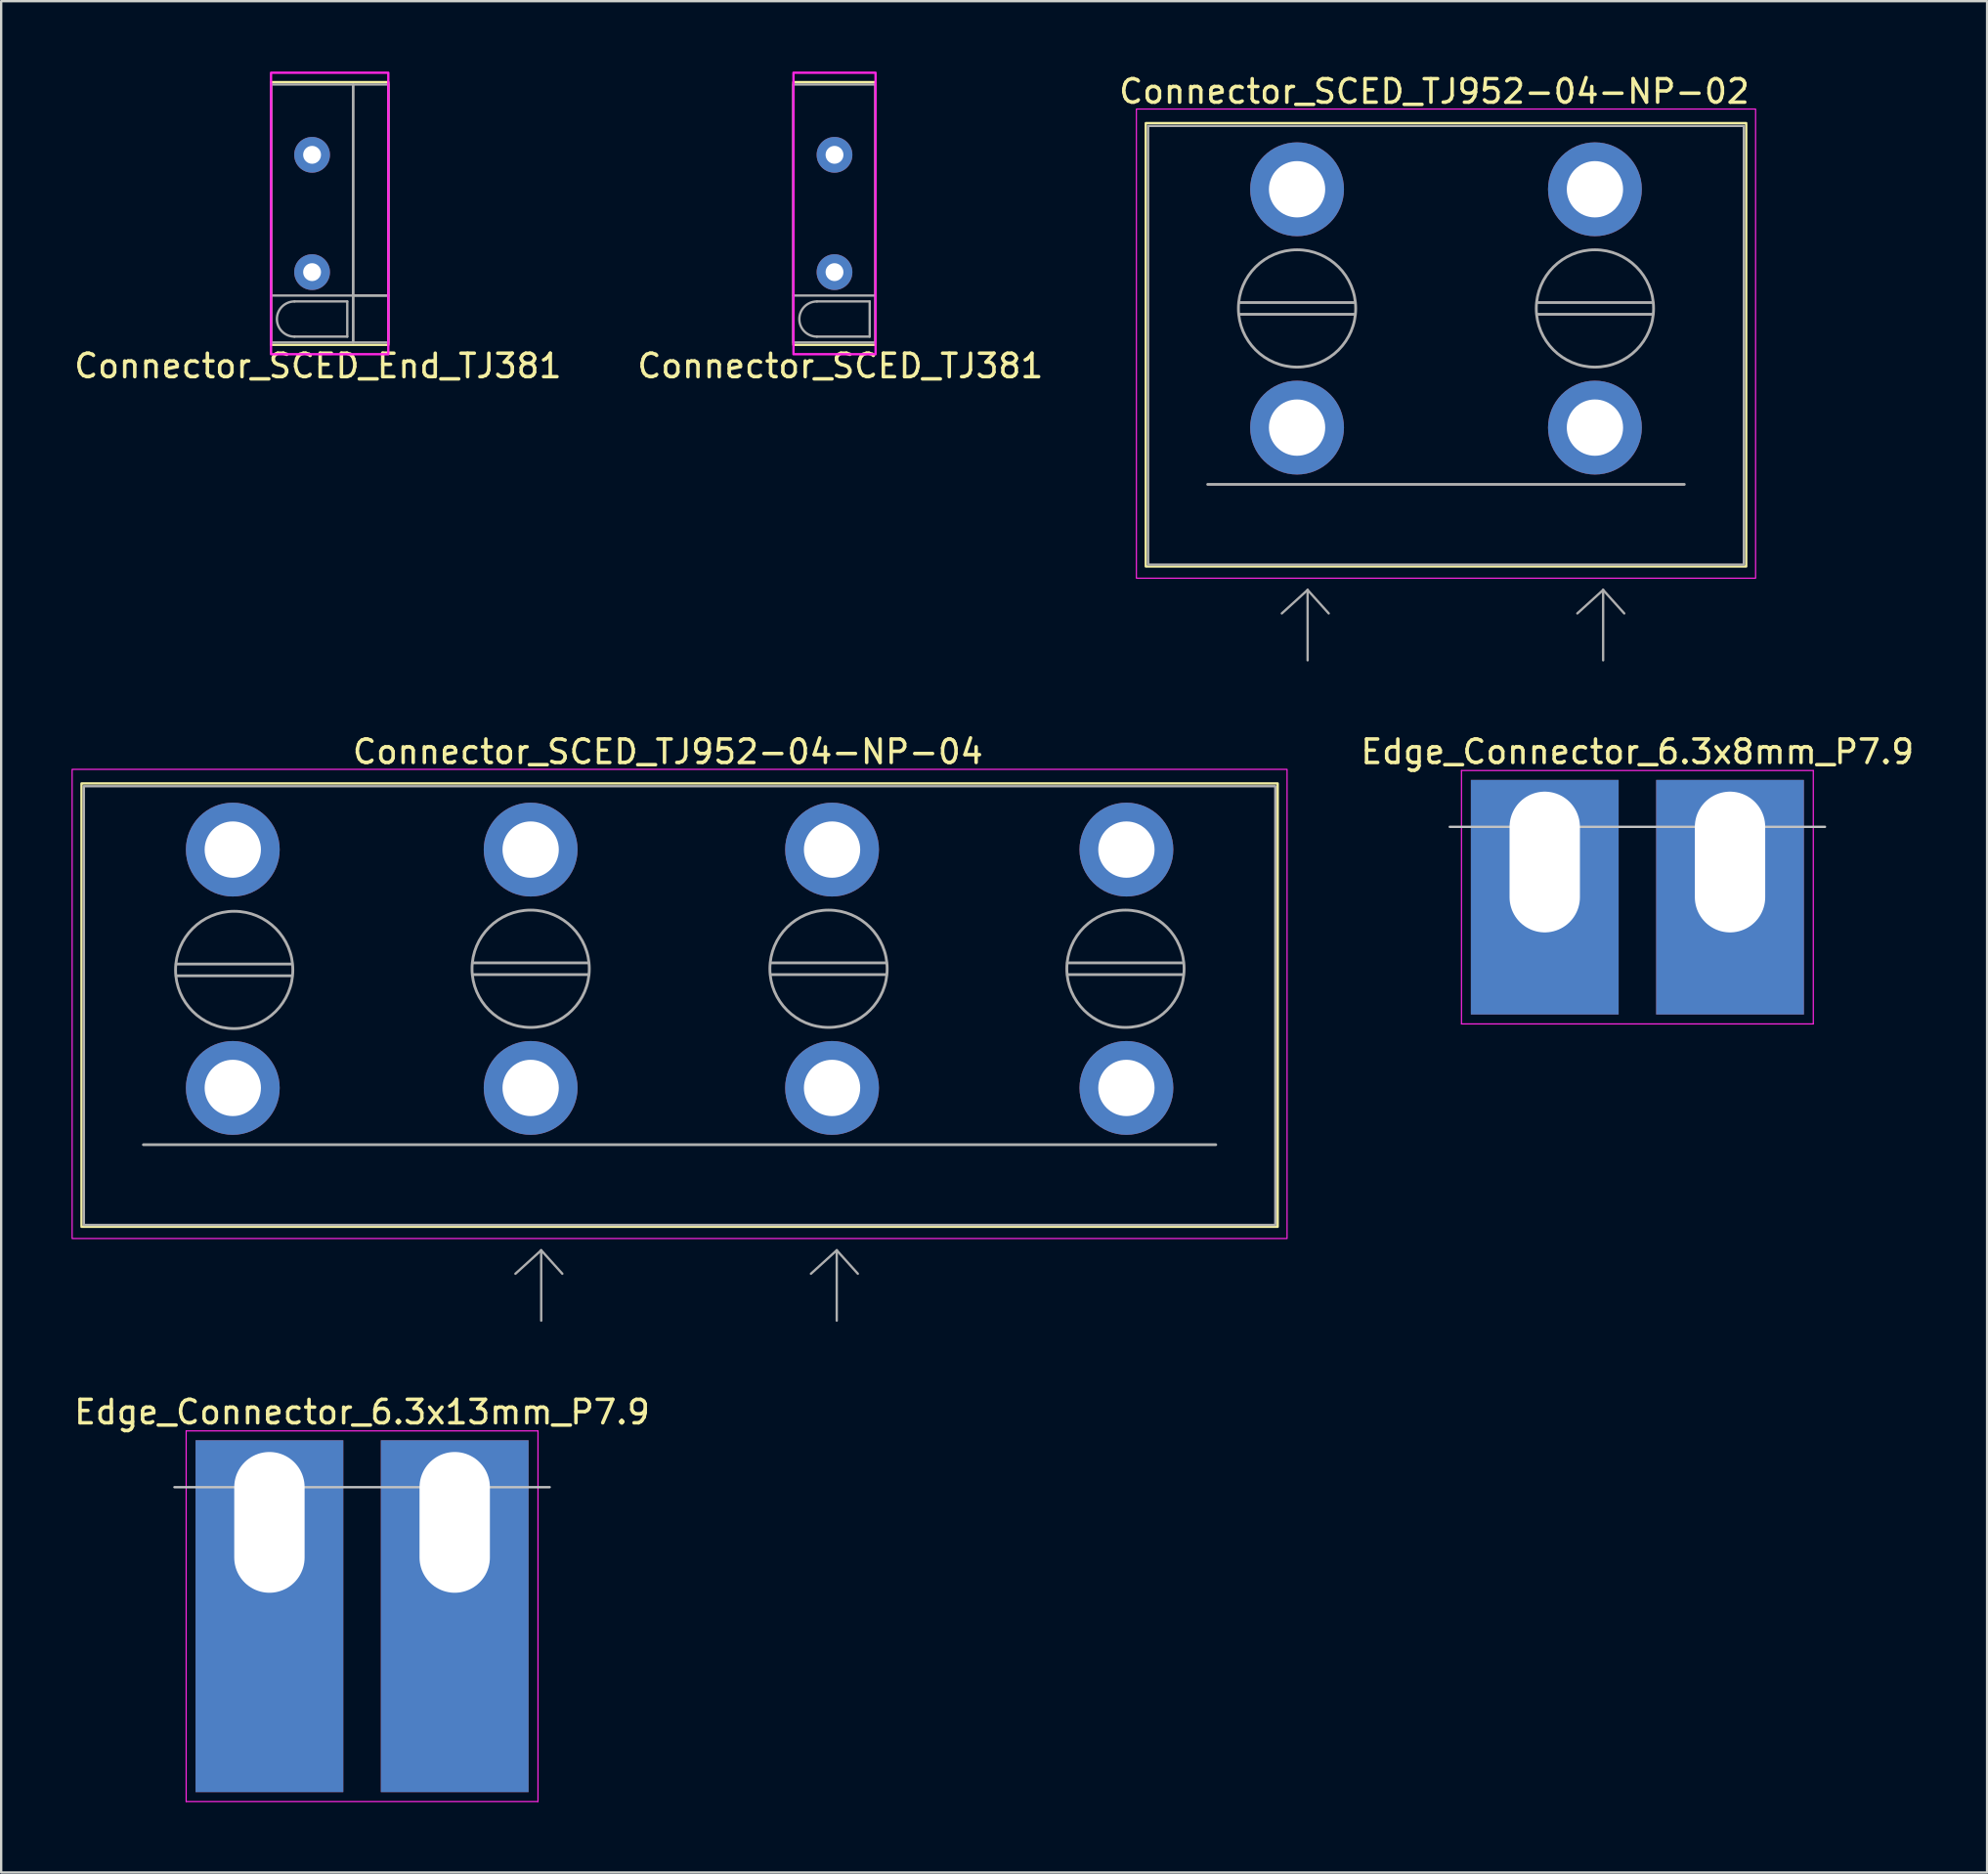
<source format=kicad_pcb>
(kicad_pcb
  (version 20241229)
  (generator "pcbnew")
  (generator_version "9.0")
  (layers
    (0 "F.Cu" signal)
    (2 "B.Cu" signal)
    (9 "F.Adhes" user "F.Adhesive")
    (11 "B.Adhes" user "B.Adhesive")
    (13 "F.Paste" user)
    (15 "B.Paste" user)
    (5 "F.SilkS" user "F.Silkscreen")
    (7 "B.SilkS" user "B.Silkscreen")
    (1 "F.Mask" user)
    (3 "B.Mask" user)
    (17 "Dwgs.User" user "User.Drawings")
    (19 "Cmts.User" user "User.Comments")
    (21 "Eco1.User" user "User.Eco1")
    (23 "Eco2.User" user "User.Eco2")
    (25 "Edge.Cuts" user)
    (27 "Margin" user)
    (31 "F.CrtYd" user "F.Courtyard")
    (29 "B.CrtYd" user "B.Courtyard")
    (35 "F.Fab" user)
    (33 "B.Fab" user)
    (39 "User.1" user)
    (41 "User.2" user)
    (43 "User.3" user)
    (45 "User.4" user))
  (footprint "Connector_SCED_TJ952-04-NP-04"
    (layer "F.Cu")
    (at 25.925 38.246)
    (property "Reference" "Connector_SCED_TJ952-04-NP-04" (at -0.5 -9.25 0) (unlocked yes) (layer "F.SilkS") (effects (font (size 1 1) (thickness 0.15))))
    (attr smd)
    (fp_rect (start -25.5 -7.9) (end 25.5 11) (stroke (width 0.1) (type solid)) (fill no) (layer "F.SilkS"))
    (fp_rect (start -25.9 -8.5) (end 25.9 11.5) (stroke (width 0.05) (type solid)) (fill no) (layer "F.CrtYd"))
    (fp_line (start -22.86 7.5) (end 22.86 7.5) (stroke (width 0.12) (type solid)) (layer "F.Fab"))
    (fp_line (start -21.46 -0.2) (end -16.54 -0.2) (stroke (width 0.12) (type solid)) (layer "F.Fab"))
    (fp_line (start -21.46 0.3) (end -16.54 0.3) (stroke (width 0.12) (type solid)) (layer "F.Fab"))
    (fp_line (start -8.82 -0.25) (end -3.9 -0.25) (stroke (width 0.12) (type solid)) (layer "F.Fab"))
    (fp_line (start -8.82 0.25) (end -3.9 0.25) (stroke (width 0.12) (type solid)) (layer "F.Fab"))
    (fp_line (start -7 13) (end -5.9 12) (stroke (width 0.1) (type solid)) (layer "F.Fab"))
    (fp_line (start -5.9 12) (end -5.9 15) (stroke (width 0.1) (type solid)) (layer "F.Fab"))
    (fp_line (start -5.9 12) (end -5 13) (stroke (width 0.1) (type solid)) (layer "F.Fab"))
    (fp_line (start 3.88 -0.25) (end 8.8 -0.25) (stroke (width 0.12) (type solid)) (layer "F.Fab"))
    (fp_line (start 3.88 0.25) (end 8.8 0.25) (stroke (width 0.12) (type solid)) (layer "F.Fab"))
    (fp_line (start 5.6 13) (end 6.7 12) (stroke (width 0.1) (type solid)) (layer "F.Fab"))
    (fp_line (start 6.7 12) (end 6.7 15) (stroke (width 0.1) (type solid)) (layer "F.Fab"))
    (fp_line (start 6.7 12) (end 7.6 13) (stroke (width 0.1) (type solid)) (layer "F.Fab"))
    (fp_line (start 16.54 -0.25) (end 21.46 -0.25) (stroke (width 0.12) (type solid)) (layer "F.Fab"))
    (fp_line (start 16.54 0.25) (end 21.46 0.25) (stroke (width 0.12) (type solid)) (layer "F.Fab"))
    (fp_rect (start -25.4 -7.78) (end 25.4 10.92) (stroke (width 0.1) (type solid)) (fill no) (layer "F.Fab"))
    (fp_circle (center -18.99 0.05) (end -16.49 0.05) (stroke (width 0.12) (type solid)) (fill no) (layer "F.Fab"))
    (fp_circle (center -6.35 0) (end -3.85 0) (stroke (width 0.12) (type solid)) (fill no) (layer "F.Fab"))
    (fp_circle (center 6.35 0) (end 8.85 0) (stroke (width 0.12) (type solid)) (fill no) (layer "F.Fab"))
    (fp_circle (center 19.01 0) (end 21.51 0) (stroke (width 0.12) (type solid)) (fill no) (layer "F.Fab"))
    (pad "1" thru_hole circle (at -19.05 -5.08) (size 4 4) (drill 2.4) (layers "*.Cu" "*.Mask"))
    (pad "1" thru_hole circle (at -19.05 5.08) (size 4 4) (drill 2.4) (layers "*.Cu" "*.Mask"))
    (pad "2" thru_hole circle (at -6.35 -5.08) (size 4 4) (drill 2.4) (layers "*.Cu" "*.Mask"))
    (pad "2" thru_hole circle (at -6.35 5.08) (size 4 4) (drill 2.4) (layers "*.Cu" "*.Mask"))
    (pad "3" thru_hole circle (at 6.5 -5.08) (size 4 4) (drill 2.4) (layers "*.Cu" "*.Mask"))
    (pad "3" thru_hole circle (at 6.5 5.08) (size 4 4) (drill 2.4) (layers "*.Cu" "*.Mask"))
    (pad "4" thru_hole circle (at 19.05 -5.08) (size 4 4) (drill 2.4) (layers "*.Cu" "*.Mask"))
    (pad "4" thru_hole circle (at 19.05 5.08) (size 4 4) (drill 2.4) (layers "*.Cu" "*.Mask")))
  (footprint "Edge_Connector_6.3x13mm_P7.9"
    (layer "F.Cu")
    (at 12.387 60.245)
    (property "Reference" "Edge_Connector_6.3x13mm_P7.9" (at 0 -3.1 0) (layer "F.SilkS") (effects (font (size 1 1) (thickness 0.15))))
    (attr through_hole)
    (fp_line (start -8 0.1) (end 8 0.1) (stroke (width 0.1) (type solid)) (layer "Dwgs.User"))
    (fp_line (start -7.5 -2.3) (end 7.5 -2.3) (stroke (width 0.05) (type solid)) (layer "F.CrtYd"))
    (fp_line (start -7.5 13.5) (end -7.5 -2.3) (stroke (width 0.05) (type solid)) (layer "F.CrtYd"))
    (fp_line (start 7.5 -2.3) (end 7.5 13.5) (stroke (width 0.05) (type solid)) (layer "F.CrtYd"))
    (fp_line (start 7.5 13.5) (end -7.5 13.5) (stroke (width 0.05) (type solid)) (layer "F.CrtYd"))
    (pad "1" thru_hole rect (at -3.95 1.6) (size 6.3 15) (drill oval 3 6 (offset 0 4)) (layers "*.Cu" "*.Mask"))
    (pad "2" thru_hole rect (at 3.95 1.6) (size 6.3 15) (drill oval 3 6 (offset 0 4)) (layers "*.Cu" "*.Mask")))
  (footprint "Edge_Connector_6.3x8mm_P7.9"
    (layer "F.Cu")
    (at 66.761 32.096)
    (property "Reference" "Edge_Connector_6.3x8mm_P7.9" (at 0 -3.1 0) (layer "F.SilkS") (effects (font (size 1 1) (thickness 0.15))))
    (attr through_hole)
    (fp_line (start -8 0.1) (end 8 0.1) (stroke (width 0.1) (type solid)) (layer "Dwgs.User"))
    (fp_line (start -7.5 -2.3) (end 7.5 -2.3) (stroke (width 0.05) (type solid)) (layer "F.CrtYd"))
    (fp_line (start -7.5 8.5) (end -7.5 -2.3) (stroke (width 0.05) (type solid)) (layer "F.CrtYd"))
    (fp_line (start 7.5 -2.3) (end 7.5 8.5) (stroke (width 0.05) (type solid)) (layer "F.CrtYd"))
    (fp_line (start 7.5 8.5) (end -7.5 8.5) (stroke (width 0.05) (type solid)) (layer "F.CrtYd"))
    (pad "1" thru_hole rect (at -3.95 1.6) (size 6.3 10) (drill oval 3 6 (offset 0 1.5)) (layers "*.Cu" "*.Mask"))
    (pad "2" thru_hole rect (at 3.95 1.6) (size 6.3 10) (drill oval 3 6 (offset 0 1.5)) (layers "*.Cu" "*.Mask")))
  (footprint "Connector_SCED_TJ952-04-NP-02"
    (layer "F.Cu")
    (at 58.601 10.098)
    (property "Reference" "Connector_SCED_TJ952-04-NP-02" (at -0.5 -9.25 0) (unlocked yes) (layer "F.SilkS") (effects (font (size 1 1) (thickness 0.15))))
    (attr smd)
    (fp_rect (start -12.8 -7.9) (end 12.8 11) (stroke (width 0.1) (type solid)) (fill no) (layer "F.SilkS"))
    (fp_rect (start -13.2 -8.5) (end 13.2 11.5) (stroke (width 0.05) (type solid)) (fill no) (layer "F.CrtYd"))
    (fp_line (start -10.16 7.5) (end 10.16 7.5) (stroke (width 0.12) (type solid)) (layer "F.Fab"))
    (fp_line (start -8.82 -0.25) (end -3.9 -0.25) (stroke (width 0.12) (type solid)) (layer "F.Fab"))
    (fp_line (start -8.82 0.25) (end -3.9 0.25) (stroke (width 0.12) (type solid)) (layer "F.Fab"))
    (fp_line (start -7 13) (end -5.9 12) (stroke (width 0.1) (type solid)) (layer "F.Fab"))
    (fp_line (start -5.9 12) (end -5.9 15) (stroke (width 0.1) (type solid)) (layer "F.Fab"))
    (fp_line (start -5.9 12) (end -5 13) (stroke (width 0.1) (type solid)) (layer "F.Fab"))
    (fp_line (start 3.88 -0.25) (end 8.8 -0.25) (stroke (width 0.12) (type solid)) (layer "F.Fab"))
    (fp_line (start 3.88 0.25) (end 8.8 0.25) (stroke (width 0.12) (type solid)) (layer "F.Fab"))
    (fp_line (start 5.6 13) (end 6.7 12) (stroke (width 0.1) (type solid)) (layer "F.Fab"))
    (fp_line (start 6.7 12) (end 6.7 15) (stroke (width 0.1) (type solid)) (layer "F.Fab"))
    (fp_line (start 6.7 12) (end 7.6 13) (stroke (width 0.1) (type solid)) (layer "F.Fab"))
    (fp_rect (start -12.7 -7.78) (end 12.7 10.92) (stroke (width 0.1) (type solid)) (fill no) (layer "F.Fab"))
    (fp_circle (center -6.35 0) (end -3.85 0) (stroke (width 0.12) (type solid)) (fill no) (layer "F.Fab"))
    (fp_circle (center 6.35 0) (end 8.85 0) (stroke (width 0.12) (type solid)) (fill no) (layer "F.Fab"))
    (pad "1" thru_hole circle (at -6.35 -5.08) (size 4 4) (drill 2.4) (layers "*.Cu" "*.Mask"))
    (pad "1" thru_hole circle (at -6.35 5.08) (size 4 4) (drill 2.4) (layers "*.Cu" "*.Mask"))
    (pad "2" thru_hole circle (at 6.35 -5.08) (size 4 4) (drill 2.4) (layers "*.Cu" "*.Mask"))
    (pad "2" thru_hole circle (at 6.35 5.08) (size 4 4) (drill 2.4) (layers "*.Cu" "*.Mask")))
  (footprint "Connector_SCED_End_TJ381"
    (layer "F.Cu")
    (at 10.256 6.05)
    (property "Reference" "Connector_SCED_End_TJ381" (at 0.25 6.5 0) (unlocked yes) (layer "F.SilkS") (effects (font (size 1 1) (thickness 0.15))))
    (attr through_hole)
    (fp_rect (start -1.75 -5.6) (end 3.25 5.6) (stroke (width 0.1) (type solid)) (fill no) (layer "F.SilkS"))
    (fp_rect (start 3.25 6) (end -1.75 -6) (stroke (width 0.1) (type solid)) (fill no) (layer "F.CrtYd"))
    (fp_line (start -1.75 3.5) (end 1.75 3.5) (stroke (width 0.1) (type solid)) (layer "F.Fab"))
    (fp_line (start -0.75 3.75) (end 1.5 3.75) (stroke (width 0.1) (type solid)) (layer "F.Fab"))
    (fp_line (start 1.5 3.75) (end 1.5 5.25) (stroke (width 0.1) (type solid)) (layer "F.Fab"))
    (fp_line (start 1.5 5.25) (end -0.75 5.25) (stroke (width 0.1) (type solid)) (layer "F.Fab"))
    (fp_rect (start 1.75 -5.5) (end 3.25 3.5) (stroke (width 0.1) (type solid)) (fill no) (layer "F.Fab"))
    (fp_rect (start 1.75 3.5) (end 3.25 5.5) (stroke (width 0.1) (type solid)) (fill no) (layer "F.Fab"))
    (fp_rect (start 1.75 5.5) (end -1.75 -5.5) (stroke (width 0.1) (type solid)) (fill no) (layer "F.Fab"))
    (fp_arc (start -0.75 5.25) (mid -1.5 4.5) (end -0.75 3.75) (stroke (width 0.1) (type solid)) (layer "F.Fab"))
    (pad "1" thru_hole circle (at 0 -2.5) (size 1.524 1.524) (drill 0.762) (layers "*.Cu" "*.Mask"))
    (pad "1" thru_hole circle (at 0 2.5) (size 1.524 1.524) (drill 0.762) (layers "*.Cu" "*.Mask")))
  (footprint "Connector_SCED_TJ381"
    (layer "F.Cu")
    (at 32.53 6.05)
    (property "Reference" "Connector_SCED_TJ381" (at 0.25 6.5 0) (unlocked yes) (layer "F.SilkS") (effects (font (size 1 1) (thickness 0.15))))
    (attr through_hole)
    (fp_rect (start -1.75 -5.6) (end 1.75 5.6) (stroke (width 0.1) (type solid)) (fill no) (layer "F.SilkS"))
    (fp_rect (start 1.75 6) (end -1.75 -6) (stroke (width 0.1) (type solid)) (fill no) (layer "F.CrtYd"))
    (fp_line (start -1.75 3.5) (end 1.75 3.5) (stroke (width 0.1) (type solid)) (layer "F.Fab"))
    (fp_line (start -0.75 3.75) (end 1.5 3.75) (stroke (width 0.1) (type solid)) (layer "F.Fab"))
    (fp_line (start 1.5 3.75) (end 1.5 5.25) (stroke (width 0.1) (type solid)) (layer "F.Fab"))
    (fp_line (start 1.5 5.25) (end -0.75 5.25) (stroke (width 0.1) (type solid)) (layer "F.Fab"))
    (fp_rect (start 1.75 5.5) (end -1.75 -5.5) (stroke (width 0.1) (type solid)) (fill no) (layer "F.Fab"))
    (fp_arc (start -0.75 5.25) (mid -1.5 4.5) (end -0.75 3.75) (stroke (width 0.1) (type solid)) (layer "F.Fab"))
    (pad "1" thru_hole circle (at 0 -2.5) (size 1.524 1.524) (drill 0.762) (layers "*.Cu" "*.Mask"))
    (pad "1" thru_hole circle (at 0 2.5) (size 1.524 1.524) (drill 0.762) (layers "*.Cu" "*.Mask")))
  (gr_rect
    (start -3 -3)
    (end 81.671 76.77)
    (stroke (width 0.1) (type default))
    (fill no)
    (layer "Edge.Cuts")))
</source>
